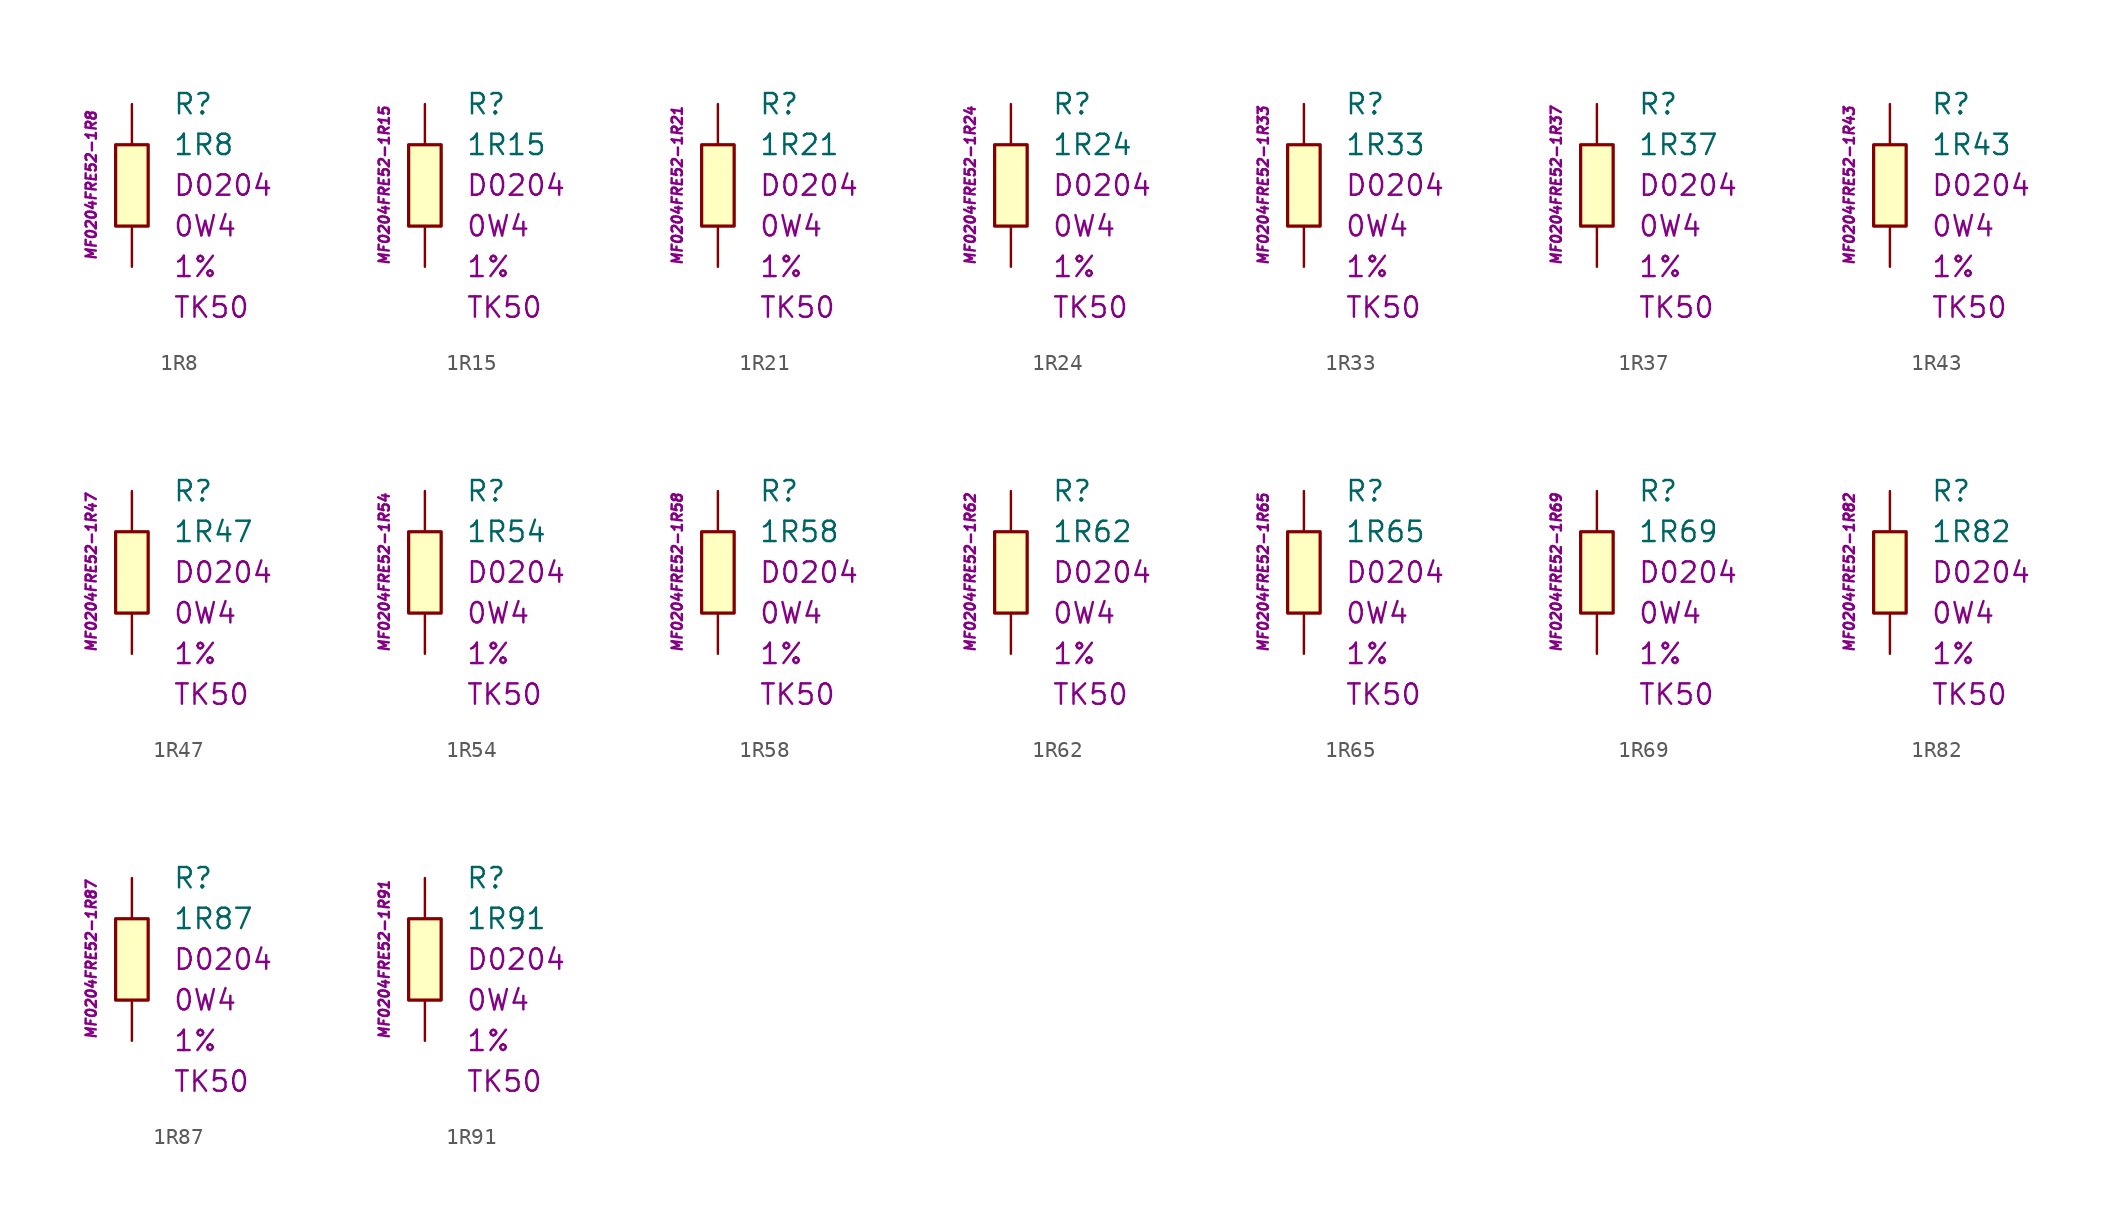
<source format=kicad_sym>
(kicad_symbol_lib
  (version 20201005)
  (generator kicad_symbol_editor)
  (symbol "1R8"
    (pin_numbers hide)
    (pin_names
      (offset 1.016) hide)
    (property "Reference" "R"
      (at 2.54 5.08 0)
      (effects (font (size 1.27 1.27)) (justify left)))
    (property "Value" "1R8"
      (at 2.54 2.54 0)
      (effects (font (size 1.27 1.27)) (justify left)))
    (property "Package" "D0204"
      (at 2.54 0 0)
      (effects (font (size 1.27 1.27)) (justify left)))
    (property "Power" "0W4"
      (at 2.54 -2.54 0)
      (effects (font (size 1.27 1.27)) (justify left)))
    (property "Tolerance" "1%"
      (at 2.54 -5.08 0)
      (effects (font (size 1.27 1.27)) (justify left)))
    (property "TK" "TK50"
      (at 2.54 -7.62 0)
      (effects (font (size 1.27 1.27)) (justify left)))
    (property "ID" "MF0204FRE52-1R8"
      (at -2.54 0 90)
      (effects (font (size 0.635 0.635) italic)))
    (symbol "1R8_0_1"
      (rectangle (start -1.016 2.54) (end 1.016 -2.54) (stroke (width 0.203)) (fill (type background))))
    (symbol "1R8_1_1"
      (pin passive line (at 0 5.08 270) (length 2.54) (name "~" (effects (font (size 1.778 1.778)))) (number "1" (effects (font (size 1.778 1.778)))))
      (pin passive line (at 0 -5.08 90) (length 2.54) (name "~" (effects (font (size 1.778 1.778)))) (number "2" (effects (font (size 1.778 1.778)))))))
  (symbol "1R15"
    (pin_numbers hide)
    (pin_names
      (offset 1.016) hide)
    (property "Reference" "R"
      (at 2.54 5.08 0)
      (effects (font (size 1.27 1.27)) (justify left)))
    (property "Value" "1R15"
      (at 2.54 2.54 0)
      (effects (font (size 1.27 1.27)) (justify left)))
    (property "Package" "D0204"
      (at 2.54 0 0)
      (effects (font (size 1.27 1.27)) (justify left)))
    (property "Power" "0W4"
      (at 2.54 -2.54 0)
      (effects (font (size 1.27 1.27)) (justify left)))
    (property "Tolerance" "1%"
      (at 2.54 -5.08 0)
      (effects (font (size 1.27 1.27)) (justify left)))
    (property "TK" "TK50"
      (at 2.54 -7.62 0)
      (effects (font (size 1.27 1.27)) (justify left)))
    (property "ID" "MF0204FRE52-1R15"
      (at -2.54 0 90)
      (effects (font (size 0.635 0.635) italic)))
    (symbol "1R15_0_1"
      (rectangle (start -1.016 2.54) (end 1.016 -2.54) (stroke (width 0.203)) (fill (type background))))
    (symbol "1R15_1_1"
      (pin passive line (at 0 5.08 270) (length 2.54) (name "~" (effects (font (size 1.778 1.778)))) (number "1" (effects (font (size 1.778 1.778)))))
      (pin passive line (at 0 -5.08 90) (length 2.54) (name "~" (effects (font (size 1.778 1.778)))) (number "2" (effects (font (size 1.778 1.778)))))))
  (symbol "1R21"
    (pin_numbers hide)
    (pin_names
      (offset 1.016) hide)
    (property "Reference" "R"
      (at 2.54 5.08 0)
      (effects (font (size 1.27 1.27)) (justify left)))
    (property "Value" "1R21"
      (at 2.54 2.54 0)
      (effects (font (size 1.27 1.27)) (justify left)))
    (property "Package" "D0204"
      (at 2.54 0 0)
      (effects (font (size 1.27 1.27)) (justify left)))
    (property "Power" "0W4"
      (at 2.54 -2.54 0)
      (effects (font (size 1.27 1.27)) (justify left)))
    (property "Tolerance" "1%"
      (at 2.54 -5.08 0)
      (effects (font (size 1.27 1.27)) (justify left)))
    (property "TK" "TK50"
      (at 2.54 -7.62 0)
      (effects (font (size 1.27 1.27)) (justify left)))
    (property "ID" "MF0204FRE52-1R21"
      (at -2.54 0 90)
      (effects (font (size 0.635 0.635) italic)))
    (symbol "1R21_0_1"
      (rectangle (start -1.016 2.54) (end 1.016 -2.54) (stroke (width 0.203)) (fill (type background))))
    (symbol "1R21_1_1"
      (pin passive line (at 0 5.08 270) (length 2.54) (name "~" (effects (font (size 1.778 1.778)))) (number "1" (effects (font (size 1.778 1.778)))))
      (pin passive line (at 0 -5.08 90) (length 2.54) (name "~" (effects (font (size 1.778 1.778)))) (number "2" (effects (font (size 1.778 1.778)))))))
  (symbol "1R24"
    (pin_numbers hide)
    (pin_names
      (offset 1.016) hide)
    (property "Reference" "R"
      (at 2.54 5.08 0)
      (effects (font (size 1.27 1.27)) (justify left)))
    (property "Value" "1R24"
      (at 2.54 2.54 0)
      (effects (font (size 1.27 1.27)) (justify left)))
    (property "Package" "D0204"
      (at 2.54 0 0)
      (effects (font (size 1.27 1.27)) (justify left)))
    (property "Power" "0W4"
      (at 2.54 -2.54 0)
      (effects (font (size 1.27 1.27)) (justify left)))
    (property "Tolerance" "1%"
      (at 2.54 -5.08 0)
      (effects (font (size 1.27 1.27)) (justify left)))
    (property "TK" "TK50"
      (at 2.54 -7.62 0)
      (effects (font (size 1.27 1.27)) (justify left)))
    (property "ID" "MF0204FRE52-1R24"
      (at -2.54 0 90)
      (effects (font (size 0.635 0.635) italic)))
    (symbol "1R24_0_1"
      (rectangle (start -1.016 2.54) (end 1.016 -2.54) (stroke (width 0.203)) (fill (type background))))
    (symbol "1R24_1_1"
      (pin passive line (at 0 5.08 270) (length 2.54) (name "~" (effects (font (size 1.778 1.778)))) (number "1" (effects (font (size 1.778 1.778)))))
      (pin passive line (at 0 -5.08 90) (length 2.54) (name "~" (effects (font (size 1.778 1.778)))) (number "2" (effects (font (size 1.778 1.778)))))))
  (symbol "1R33"
    (pin_numbers hide)
    (pin_names
      (offset 1.016) hide)
    (property "Reference" "R"
      (at 2.54 5.08 0)
      (effects (font (size 1.27 1.27)) (justify left)))
    (property "Value" "1R33"
      (at 2.54 2.54 0)
      (effects (font (size 1.27 1.27)) (justify left)))
    (property "Package" "D0204"
      (at 2.54 0 0)
      (effects (font (size 1.27 1.27)) (justify left)))
    (property "Power" "0W4"
      (at 2.54 -2.54 0)
      (effects (font (size 1.27 1.27)) (justify left)))
    (property "Tolerance" "1%"
      (at 2.54 -5.08 0)
      (effects (font (size 1.27 1.27)) (justify left)))
    (property "TK" "TK50"
      (at 2.54 -7.62 0)
      (effects (font (size 1.27 1.27)) (justify left)))
    (property "ID" "MF0204FRE52-1R33"
      (at -2.54 0 90)
      (effects (font (size 0.635 0.635) italic)))
    (symbol "1R33_0_1"
      (rectangle (start -1.016 2.54) (end 1.016 -2.54) (stroke (width 0.203)) (fill (type background))))
    (symbol "1R33_1_1"
      (pin passive line (at 0 5.08 270) (length 2.54) (name "~" (effects (font (size 1.778 1.778)))) (number "1" (effects (font (size 1.778 1.778)))))
      (pin passive line (at 0 -5.08 90) (length 2.54) (name "~" (effects (font (size 1.778 1.778)))) (number "2" (effects (font (size 1.778 1.778)))))))
  (symbol "1R37"
    (pin_numbers hide)
    (pin_names
      (offset 1.016) hide)
    (property "Reference" "R"
      (at 2.54 5.08 0)
      (effects (font (size 1.27 1.27)) (justify left)))
    (property "Value" "1R37"
      (at 2.54 2.54 0)
      (effects (font (size 1.27 1.27)) (justify left)))
    (property "Package" "D0204"
      (at 2.54 0 0)
      (effects (font (size 1.27 1.27)) (justify left)))
    (property "Power" "0W4"
      (at 2.54 -2.54 0)
      (effects (font (size 1.27 1.27)) (justify left)))
    (property "Tolerance" "1%"
      (at 2.54 -5.08 0)
      (effects (font (size 1.27 1.27)) (justify left)))
    (property "TK" "TK50"
      (at 2.54 -7.62 0)
      (effects (font (size 1.27 1.27)) (justify left)))
    (property "ID" "MF0204FRE52-1R37"
      (at -2.54 0 90)
      (effects (font (size 0.635 0.635) italic)))
    (symbol "1R37_0_1"
      (rectangle (start -1.016 2.54) (end 1.016 -2.54) (stroke (width 0.203)) (fill (type background))))
    (symbol "1R37_1_1"
      (pin passive line (at 0 5.08 270) (length 2.54) (name "~" (effects (font (size 1.778 1.778)))) (number "1" (effects (font (size 1.778 1.778)))))
      (pin passive line (at 0 -5.08 90) (length 2.54) (name "~" (effects (font (size 1.778 1.778)))) (number "2" (effects (font (size 1.778 1.778)))))))
  (symbol "1R43"
    (pin_numbers hide)
    (pin_names
      (offset 1.016) hide)
    (property "Reference" "R"
      (at 2.54 5.08 0)
      (effects (font (size 1.27 1.27)) (justify left)))
    (property "Value" "1R43"
      (at 2.54 2.54 0)
      (effects (font (size 1.27 1.27)) (justify left)))
    (property "Package" "D0204"
      (at 2.54 0 0)
      (effects (font (size 1.27 1.27)) (justify left)))
    (property "Power" "0W4"
      (at 2.54 -2.54 0)
      (effects (font (size 1.27 1.27)) (justify left)))
    (property "Tolerance" "1%"
      (at 2.54 -5.08 0)
      (effects (font (size 1.27 1.27)) (justify left)))
    (property "TK" "TK50"
      (at 2.54 -7.62 0)
      (effects (font (size 1.27 1.27)) (justify left)))
    (property "ID" "MF0204FRE52-1R43"
      (at -2.54 0 90)
      (effects (font (size 0.635 0.635) italic)))
    (symbol "1R43_0_1"
      (rectangle (start -1.016 2.54) (end 1.016 -2.54) (stroke (width 0.203)) (fill (type background))))
    (symbol "1R43_1_1"
      (pin passive line (at 0 5.08 270) (length 2.54) (name "~" (effects (font (size 1.778 1.778)))) (number "1" (effects (font (size 1.778 1.778)))))
      (pin passive line (at 0 -5.08 90) (length 2.54) (name "~" (effects (font (size 1.778 1.778)))) (number "2" (effects (font (size 1.778 1.778)))))))
  (symbol "1R47"
    (pin_numbers hide)
    (pin_names
      (offset 1.016) hide)
    (property "Reference" "R"
      (at 2.54 5.08 0)
      (effects (font (size 1.27 1.27)) (justify left)))
    (property "Value" "1R47"
      (at 2.54 2.54 0)
      (effects (font (size 1.27 1.27)) (justify left)))
    (property "Package" "D0204"
      (at 2.54 0 0)
      (effects (font (size 1.27 1.27)) (justify left)))
    (property "Power" "0W4"
      (at 2.54 -2.54 0)
      (effects (font (size 1.27 1.27)) (justify left)))
    (property "Tolerance" "1%"
      (at 2.54 -5.08 0)
      (effects (font (size 1.27 1.27)) (justify left)))
    (property "TK" "TK50"
      (at 2.54 -7.62 0)
      (effects (font (size 1.27 1.27)) (justify left)))
    (property "ID" "MF0204FRE52-1R47"
      (at -2.54 0 90)
      (effects (font (size 0.635 0.635) italic)))
    (symbol "1R47_0_1"
      (rectangle (start -1.016 2.54) (end 1.016 -2.54) (stroke (width 0.203)) (fill (type background))))
    (symbol "1R47_1_1"
      (pin passive line (at 0 5.08 270) (length 2.54) (name "~" (effects (font (size 1.778 1.778)))) (number "1" (effects (font (size 1.778 1.778)))))
      (pin passive line (at 0 -5.08 90) (length 2.54) (name "~" (effects (font (size 1.778 1.778)))) (number "2" (effects (font (size 1.778 1.778)))))))
  (symbol "1R54"
    (pin_numbers hide)
    (pin_names
      (offset 1.016) hide)
    (property "Reference" "R"
      (at 2.54 5.08 0)
      (effects (font (size 1.27 1.27)) (justify left)))
    (property "Value" "1R54"
      (at 2.54 2.54 0)
      (effects (font (size 1.27 1.27)) (justify left)))
    (property "Package" "D0204"
      (at 2.54 0 0)
      (effects (font (size 1.27 1.27)) (justify left)))
    (property "Power" "0W4"
      (at 2.54 -2.54 0)
      (effects (font (size 1.27 1.27)) (justify left)))
    (property "Tolerance" "1%"
      (at 2.54 -5.08 0)
      (effects (font (size 1.27 1.27)) (justify left)))
    (property "TK" "TK50"
      (at 2.54 -7.62 0)
      (effects (font (size 1.27 1.27)) (justify left)))
    (property "ID" "MF0204FRE52-1R54"
      (at -2.54 0 90)
      (effects (font (size 0.635 0.635) italic)))
    (symbol "1R54_0_1"
      (rectangle (start -1.016 2.54) (end 1.016 -2.54) (stroke (width 0.203)) (fill (type background))))
    (symbol "1R54_1_1"
      (pin passive line (at 0 5.08 270) (length 2.54) (name "~" (effects (font (size 1.778 1.778)))) (number "1" (effects (font (size 1.778 1.778)))))
      (pin passive line (at 0 -5.08 90) (length 2.54) (name "~" (effects (font (size 1.778 1.778)))) (number "2" (effects (font (size 1.778 1.778)))))))
  (symbol "1R58"
    (pin_numbers hide)
    (pin_names
      (offset 1.016) hide)
    (property "Reference" "R"
      (at 2.54 5.08 0)
      (effects (font (size 1.27 1.27)) (justify left)))
    (property "Value" "1R58"
      (at 2.54 2.54 0)
      (effects (font (size 1.27 1.27)) (justify left)))
    (property "Package" "D0204"
      (at 2.54 0 0)
      (effects (font (size 1.27 1.27)) (justify left)))
    (property "Power" "0W4"
      (at 2.54 -2.54 0)
      (effects (font (size 1.27 1.27)) (justify left)))
    (property "Tolerance" "1%"
      (at 2.54 -5.08 0)
      (effects (font (size 1.27 1.27)) (justify left)))
    (property "TK" "TK50"
      (at 2.54 -7.62 0)
      (effects (font (size 1.27 1.27)) (justify left)))
    (property "ID" "MF0204FRE52-1R58"
      (at -2.54 0 90)
      (effects (font (size 0.635 0.635) italic)))
    (symbol "1R58_0_1"
      (rectangle (start -1.016 2.54) (end 1.016 -2.54) (stroke (width 0.203)) (fill (type background))))
    (symbol "1R58_1_1"
      (pin passive line (at 0 5.08 270) (length 2.54) (name "~" (effects (font (size 1.778 1.778)))) (number "1" (effects (font (size 1.778 1.778)))))
      (pin passive line (at 0 -5.08 90) (length 2.54) (name "~" (effects (font (size 1.778 1.778)))) (number "2" (effects (font (size 1.778 1.778)))))))
  (symbol "1R62"
    (pin_numbers hide)
    (pin_names
      (offset 1.016) hide)
    (property "Reference" "R"
      (at 2.54 5.08 0)
      (effects (font (size 1.27 1.27)) (justify left)))
    (property "Value" "1R62"
      (at 2.54 2.54 0)
      (effects (font (size 1.27 1.27)) (justify left)))
    (property "Package" "D0204"
      (at 2.54 0 0)
      (effects (font (size 1.27 1.27)) (justify left)))
    (property "Power" "0W4"
      (at 2.54 -2.54 0)
      (effects (font (size 1.27 1.27)) (justify left)))
    (property "Tolerance" "1%"
      (at 2.54 -5.08 0)
      (effects (font (size 1.27 1.27)) (justify left)))
    (property "TK" "TK50"
      (at 2.54 -7.62 0)
      (effects (font (size 1.27 1.27)) (justify left)))
    (property "ID" "MF0204FRE52-1R62"
      (at -2.54 0 90)
      (effects (font (size 0.635 0.635) italic)))
    (symbol "1R62_0_1"
      (rectangle (start -1.016 2.54) (end 1.016 -2.54) (stroke (width 0.203)) (fill (type background))))
    (symbol "1R62_1_1"
      (pin passive line (at 0 5.08 270) (length 2.54) (name "~" (effects (font (size 1.778 1.778)))) (number "1" (effects (font (size 1.778 1.778)))))
      (pin passive line (at 0 -5.08 90) (length 2.54) (name "~" (effects (font (size 1.778 1.778)))) (number "2" (effects (font (size 1.778 1.778)))))))
  (symbol "1R65"
    (pin_numbers hide)
    (pin_names
      (offset 1.016) hide)
    (property "Reference" "R"
      (at 2.54 5.08 0)
      (effects (font (size 1.27 1.27)) (justify left)))
    (property "Value" "1R65"
      (at 2.54 2.54 0)
      (effects (font (size 1.27 1.27)) (justify left)))
    (property "Package" "D0204"
      (at 2.54 0 0)
      (effects (font (size 1.27 1.27)) (justify left)))
    (property "Power" "0W4"
      (at 2.54 -2.54 0)
      (effects (font (size 1.27 1.27)) (justify left)))
    (property "Tolerance" "1%"
      (at 2.54 -5.08 0)
      (effects (font (size 1.27 1.27)) (justify left)))
    (property "TK" "TK50"
      (at 2.54 -7.62 0)
      (effects (font (size 1.27 1.27)) (justify left)))
    (property "ID" "MF0204FRE52-1R65"
      (at -2.54 0 90)
      (effects (font (size 0.635 0.635) italic)))
    (symbol "1R65_0_1"
      (rectangle (start -1.016 2.54) (end 1.016 -2.54) (stroke (width 0.203)) (fill (type background))))
    (symbol "1R65_1_1"
      (pin passive line (at 0 5.08 270) (length 2.54) (name "~" (effects (font (size 1.778 1.778)))) (number "1" (effects (font (size 1.778 1.778)))))
      (pin passive line (at 0 -5.08 90) (length 2.54) (name "~" (effects (font (size 1.778 1.778)))) (number "2" (effects (font (size 1.778 1.778)))))))
  (symbol "1R69"
    (pin_numbers hide)
    (pin_names
      (offset 1.016) hide)
    (property "Reference" "R"
      (at 2.54 5.08 0)
      (effects (font (size 1.27 1.27)) (justify left)))
    (property "Value" "1R69"
      (at 2.54 2.54 0)
      (effects (font (size 1.27 1.27)) (justify left)))
    (property "Package" "D0204"
      (at 2.54 0 0)
      (effects (font (size 1.27 1.27)) (justify left)))
    (property "Power" "0W4"
      (at 2.54 -2.54 0)
      (effects (font (size 1.27 1.27)) (justify left)))
    (property "Tolerance" "1%"
      (at 2.54 -5.08 0)
      (effects (font (size 1.27 1.27)) (justify left)))
    (property "TK" "TK50"
      (at 2.54 -7.62 0)
      (effects (font (size 1.27 1.27)) (justify left)))
    (property "ID" "MF0204FRE52-1R69"
      (at -2.54 0 90)
      (effects (font (size 0.635 0.635) italic)))
    (symbol "1R69_0_1"
      (rectangle (start -1.016 2.54) (end 1.016 -2.54) (stroke (width 0.203)) (fill (type background))))
    (symbol "1R69_1_1"
      (pin passive line (at 0 5.08 270) (length 2.54) (name "~" (effects (font (size 1.778 1.778)))) (number "1" (effects (font (size 1.778 1.778)))))
      (pin passive line (at 0 -5.08 90) (length 2.54) (name "~" (effects (font (size 1.778 1.778)))) (number "2" (effects (font (size 1.778 1.778)))))))
  (symbol "1R82"
    (pin_numbers hide)
    (pin_names
      (offset 1.016) hide)
    (property "Reference" "R"
      (at 2.54 5.08 0)
      (effects (font (size 1.27 1.27)) (justify left)))
    (property "Value" "1R82"
      (at 2.54 2.54 0)
      (effects (font (size 1.27 1.27)) (justify left)))
    (property "Package" "D0204"
      (at 2.54 0 0)
      (effects (font (size 1.27 1.27)) (justify left)))
    (property "Power" "0W4"
      (at 2.54 -2.54 0)
      (effects (font (size 1.27 1.27)) (justify left)))
    (property "Tolerance" "1%"
      (at 2.54 -5.08 0)
      (effects (font (size 1.27 1.27)) (justify left)))
    (property "TK" "TK50"
      (at 2.54 -7.62 0)
      (effects (font (size 1.27 1.27)) (justify left)))
    (property "ID" "MF0204FRE52-1R82"
      (at -2.54 0 90)
      (effects (font (size 0.635 0.635) italic)))
    (symbol "1R82_0_1"
      (rectangle (start -1.016 2.54) (end 1.016 -2.54) (stroke (width 0.203)) (fill (type background))))
    (symbol "1R82_1_1"
      (pin passive line (at 0 5.08 270) (length 2.54) (name "~" (effects (font (size 1.778 1.778)))) (number "1" (effects (font (size 1.778 1.778)))))
      (pin passive line (at 0 -5.08 90) (length 2.54) (name "~" (effects (font (size 1.778 1.778)))) (number "2" (effects (font (size 1.778 1.778)))))))
  (symbol "1R87"
    (pin_numbers hide)
    (pin_names
      (offset 1.016) hide)
    (property "Reference" "R"
      (at 2.54 5.08 0)
      (effects (font (size 1.27 1.27)) (justify left)))
    (property "Value" "1R87"
      (at 2.54 2.54 0)
      (effects (font (size 1.27 1.27)) (justify left)))
    (property "Package" "D0204"
      (at 2.54 0 0)
      (effects (font (size 1.27 1.27)) (justify left)))
    (property "Power" "0W4"
      (at 2.54 -2.54 0)
      (effects (font (size 1.27 1.27)) (justify left)))
    (property "Tolerance" "1%"
      (at 2.54 -5.08 0)
      (effects (font (size 1.27 1.27)) (justify left)))
    (property "TK" "TK50"
      (at 2.54 -7.62 0)
      (effects (font (size 1.27 1.27)) (justify left)))
    (property "ID" "MF0204FRE52-1R87"
      (at -2.54 0 90)
      (effects (font (size 0.635 0.635) italic)))
    (symbol "1R87_0_1"
      (rectangle (start -1.016 2.54) (end 1.016 -2.54) (stroke (width 0.203)) (fill (type background))))
    (symbol "1R87_1_1"
      (pin passive line (at 0 5.08 270) (length 2.54) (name "~" (effects (font (size 1.778 1.778)))) (number "1" (effects (font (size 1.778 1.778)))))
      (pin passive line (at 0 -5.08 90) (length 2.54) (name "~" (effects (font (size 1.778 1.778)))) (number "2" (effects (font (size 1.778 1.778)))))))
  (symbol "1R91"
    (pin_numbers hide)
    (pin_names
      (offset 1.016) hide)
    (property "Reference" "R"
      (at 2.54 5.08 0)
      (effects (font (size 1.27 1.27)) (justify left)))
    (property "Value" "1R91"
      (at 2.54 2.54 0)
      (effects (font (size 1.27 1.27)) (justify left)))
    (property "Package" "D0204"
      (at 2.54 0 0)
      (effects (font (size 1.27 1.27)) (justify left)))
    (property "Power" "0W4"
      (at 2.54 -2.54 0)
      (effects (font (size 1.27 1.27)) (justify left)))
    (property "Tolerance" "1%"
      (at 2.54 -5.08 0)
      (effects (font (size 1.27 1.27)) (justify left)))
    (property "TK" "TK50"
      (at 2.54 -7.62 0)
      (effects (font (size 1.27 1.27)) (justify left)))
    (property "ID" "MF0204FRE52-1R91"
      (at -2.54 0 90)
      (effects (font (size 0.635 0.635) italic)))
    (symbol "1R91_0_1"
      (rectangle (start -1.016 2.54) (end 1.016 -2.54) (stroke (width 0.203)) (fill (type background))))
    (symbol "1R91_1_1"
      (pin passive line (at 0 5.08 270) (length 2.54) (name "~" (effects (font (size 1.778 1.778)))) (number "1" (effects (font (size 1.778 1.778)))))
      (pin passive line (at 0 -5.08 90) (length 2.54) (name "~" (effects (font (size 1.778 1.778)))) (number "2" (effects (font (size 1.778 1.778))))))))
</source>
